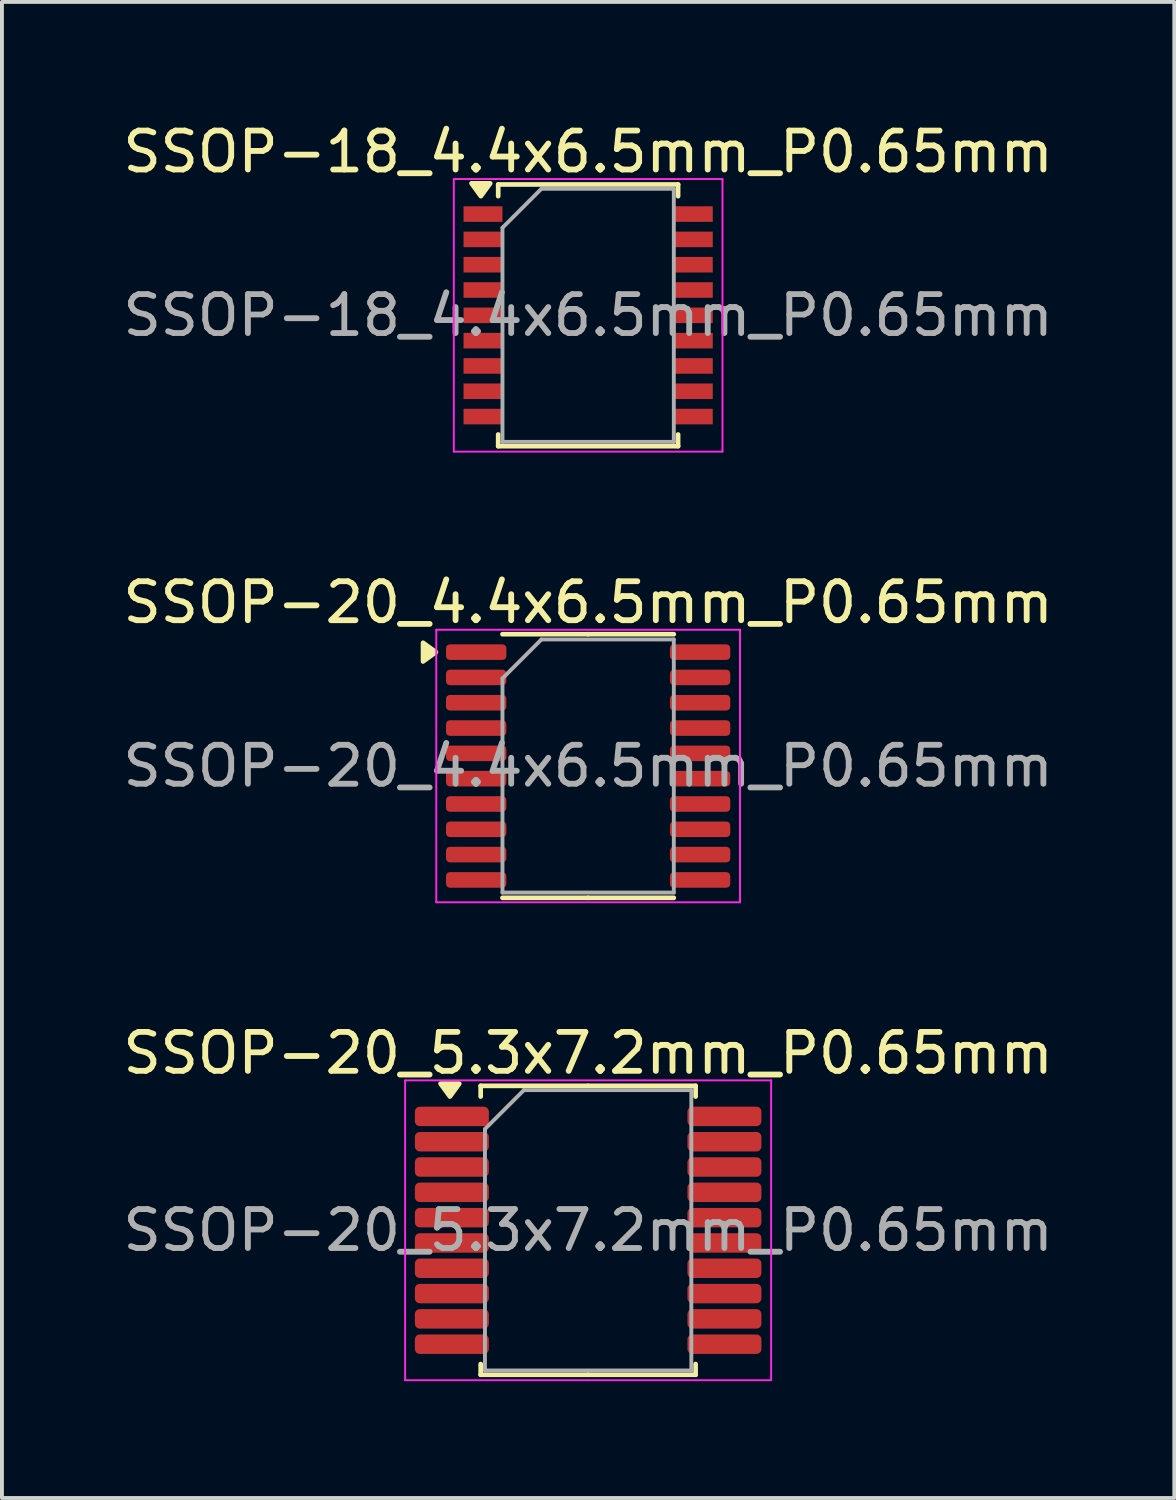
<source format=kicad_pcb>
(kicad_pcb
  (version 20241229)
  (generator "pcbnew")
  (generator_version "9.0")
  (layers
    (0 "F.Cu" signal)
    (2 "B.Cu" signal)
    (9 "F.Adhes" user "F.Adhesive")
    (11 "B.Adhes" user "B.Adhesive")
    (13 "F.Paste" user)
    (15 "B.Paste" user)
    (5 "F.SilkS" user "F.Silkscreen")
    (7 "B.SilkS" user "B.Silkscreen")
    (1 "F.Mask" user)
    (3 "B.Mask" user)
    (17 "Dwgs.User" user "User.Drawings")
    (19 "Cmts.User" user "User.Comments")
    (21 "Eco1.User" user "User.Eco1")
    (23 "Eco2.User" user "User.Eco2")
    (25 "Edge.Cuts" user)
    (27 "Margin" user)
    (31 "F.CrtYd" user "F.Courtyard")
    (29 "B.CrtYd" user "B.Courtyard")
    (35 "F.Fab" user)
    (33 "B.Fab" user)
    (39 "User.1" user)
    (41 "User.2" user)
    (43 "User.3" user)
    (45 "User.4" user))
  (footprint "SSOP-20_4.4x6.5mm_P0.65mm"
    (layer "F.Cu")
    (at 12.054 16.622)
    (property "Reference" "SSOP-20_4.4x6.5mm_P0.65mm" (at 0 -4.2 0) (layer "F.SilkS") (effects (font (size 1 1) (thickness 0.15))))
    (attr smd)
    (fp_line (start 0 -3.385) (end -2.2 -3.385) (stroke (width 0.12) (type solid)) (layer "F.SilkS"))
    (fp_line (start 0 -3.385) (end 2.2 -3.385) (stroke (width 0.12) (type solid)) (layer "F.SilkS"))
    (fp_line (start 0 3.385) (end -2.2 3.385) (stroke (width 0.12) (type solid)) (layer "F.SilkS"))
    (fp_line (start 0 3.385) (end 2.2 3.385) (stroke (width 0.12) (type solid)) (layer "F.SilkS"))
    (fp_poly (pts (xy -3.91 -2.925) (xy -4.24 -3.165) (xy -4.24 -2.685) (xy -3.91 -2.925)) (stroke (width 0.12) (type solid)) (fill yes) (layer "F.SilkS"))
    (fp_line (start -3.9 -3.5) (end -3.9 3.5) (stroke (width 0.05) (type solid)) (layer "F.CrtYd"))
    (fp_line (start -3.9 3.5) (end 3.9 3.5) (stroke (width 0.05) (type solid)) (layer "F.CrtYd"))
    (fp_line (start 3.9 -3.5) (end -3.9 -3.5) (stroke (width 0.05) (type solid)) (layer "F.CrtYd"))
    (fp_line (start 3.9 3.5) (end 3.9 -3.5) (stroke (width 0.05) (type solid)) (layer "F.CrtYd"))
    (fp_line (start -2.2 -2.25) (end -1.2 -3.25) (stroke (width 0.1) (type solid)) (layer "F.Fab"))
    (fp_line (start -2.2 3.25) (end -2.2 -2.25) (stroke (width 0.1) (type solid)) (layer "F.Fab"))
    (fp_line (start -1.2 -3.25) (end 2.2 -3.25) (stroke (width 0.1) (type solid)) (layer "F.Fab"))
    (fp_line (start 2.2 -3.25) (end 2.2 3.25) (stroke (width 0.1) (type solid)) (layer "F.Fab"))
    (fp_line (start 2.2 3.25) (end -2.2 3.25) (stroke (width 0.1) (type solid)) (layer "F.Fab"))
    (fp_text user "${REFERENCE}" (at 0 0 0) (layer "F.Fab") (effects (font (size 1 1) (thickness 0.15))))
    (pad "1" smd roundrect (at -2.875 -2.925) (size 1.55 0.4) (layers "F.Cu" "F.Mask" "F.Paste") (roundrect_rratio 0.25))
    (pad "2" smd roundrect (at -2.875 -2.275) (size 1.55 0.4) (layers "F.Cu" "F.Mask" "F.Paste") (roundrect_rratio 0.25))
    (pad "3" smd roundrect (at -2.875 -1.625) (size 1.55 0.4) (layers "F.Cu" "F.Mask" "F.Paste") (roundrect_rratio 0.25))
    (pad "4" smd roundrect (at -2.875 -0.975) (size 1.55 0.4) (layers "F.Cu" "F.Mask" "F.Paste") (roundrect_rratio 0.25))
    (pad "5" smd roundrect (at -2.875 -0.325) (size 1.55 0.4) (layers "F.Cu" "F.Mask" "F.Paste") (roundrect_rratio 0.25))
    (pad "6" smd roundrect (at -2.875 0.325) (size 1.55 0.4) (layers "F.Cu" "F.Mask" "F.Paste") (roundrect_rratio 0.25))
    (pad "7" smd roundrect (at -2.875 0.975) (size 1.55 0.4) (layers "F.Cu" "F.Mask" "F.Paste") (roundrect_rratio 0.25))
    (pad "8" smd roundrect (at -2.875 1.625) (size 1.55 0.4) (layers "F.Cu" "F.Mask" "F.Paste") (roundrect_rratio 0.25))
    (pad "9" smd roundrect (at -2.875 2.275) (size 1.55 0.4) (layers "F.Cu" "F.Mask" "F.Paste") (roundrect_rratio 0.25))
    (pad "10" smd roundrect (at -2.875 2.925) (size 1.55 0.4) (layers "F.Cu" "F.Mask" "F.Paste") (roundrect_rratio 0.25))
    (pad "11" smd roundrect (at 2.875 2.925) (size 1.55 0.4) (layers "F.Cu" "F.Mask" "F.Paste") (roundrect_rratio 0.25))
    (pad "12" smd roundrect (at 2.875 2.275) (size 1.55 0.4) (layers "F.Cu" "F.Mask" "F.Paste") (roundrect_rratio 0.25))
    (pad "13" smd roundrect (at 2.875 1.625) (size 1.55 0.4) (layers "F.Cu" "F.Mask" "F.Paste") (roundrect_rratio 0.25))
    (pad "14" smd roundrect (at 2.875 0.975) (size 1.55 0.4) (layers "F.Cu" "F.Mask" "F.Paste") (roundrect_rratio 0.25))
    (pad "15" smd roundrect (at 2.875 0.325) (size 1.55 0.4) (layers "F.Cu" "F.Mask" "F.Paste") (roundrect_rratio 0.25))
    (pad "16" smd roundrect (at 2.875 -0.325) (size 1.55 0.4) (layers "F.Cu" "F.Mask" "F.Paste") (roundrect_rratio 0.25))
    (pad "17" smd roundrect (at 2.875 -0.975) (size 1.55 0.4) (layers "F.Cu" "F.Mask" "F.Paste") (roundrect_rratio 0.25))
    (pad "18" smd roundrect (at 2.875 -1.625) (size 1.55 0.4) (layers "F.Cu" "F.Mask" "F.Paste") (roundrect_rratio 0.25))
    (pad "19" smd roundrect (at 2.875 -2.275) (size 1.55 0.4) (layers "F.Cu" "F.Mask" "F.Paste") (roundrect_rratio 0.25))
    (pad "20" smd roundrect (at 2.875 -2.925) (size 1.55 0.4) (layers "F.Cu" "F.Mask" "F.Paste") (roundrect_rratio 0.25)))
  (footprint "SSOP-20_5.3x7.2mm_P0.65mm"
    (layer "F.Cu")
    (at 12.054 28.545)
    (property "Reference" "SSOP-20_5.3x7.2mm_P0.65mm" (at 0 -4.55 0) (layer "F.SilkS") (effects (font (size 1 1) (thickness 0.15))))
    (attr smd)
    (fp_line (start -2.76 -3.71) (end -2.76 -3.435) (stroke (width 0.12) (type solid)) (layer "F.SilkS"))
    (fp_line (start -2.76 3.71) (end -2.76 3.435) (stroke (width 0.12) (type solid)) (layer "F.SilkS"))
    (fp_line (start 0 -3.71) (end -2.76 -3.71) (stroke (width 0.12) (type solid)) (layer "F.SilkS"))
    (fp_line (start 0 -3.71) (end 2.76 -3.71) (stroke (width 0.12) (type solid)) (layer "F.SilkS"))
    (fp_line (start 0 3.71) (end -2.76 3.71) (stroke (width 0.12) (type solid)) (layer "F.SilkS"))
    (fp_line (start 0 3.71) (end 2.76 3.71) (stroke (width 0.12) (type solid)) (layer "F.SilkS"))
    (fp_line (start 2.76 -3.71) (end 2.76 -3.435) (stroke (width 0.12) (type solid)) (layer "F.SilkS"))
    (fp_line (start 2.76 3.71) (end 2.76 3.435) (stroke (width 0.12) (type solid)) (layer "F.SilkS"))
    (fp_poly (pts (xy -3.55 -3.435) (xy -3.79 -3.765) (xy -3.31 -3.765) (xy -3.55 -3.435)) (stroke (width 0.12) (type solid)) (fill yes) (layer "F.SilkS"))
    (fp_line (start -4.7 -3.85) (end -4.7 3.85) (stroke (width 0.05) (type solid)) (layer "F.CrtYd"))
    (fp_line (start -4.7 3.85) (end 4.7 3.85) (stroke (width 0.05) (type solid)) (layer "F.CrtYd"))
    (fp_line (start 4.7 -3.85) (end -4.7 -3.85) (stroke (width 0.05) (type solid)) (layer "F.CrtYd"))
    (fp_line (start 4.7 3.85) (end 4.7 -3.85) (stroke (width 0.05) (type solid)) (layer "F.CrtYd"))
    (fp_line (start -2.65 -2.6) (end -1.65 -3.6) (stroke (width 0.1) (type solid)) (layer "F.Fab"))
    (fp_line (start -2.65 3.6) (end -2.65 -2.6) (stroke (width 0.1) (type solid)) (layer "F.Fab"))
    (fp_line (start -1.65 -3.6) (end 2.65 -3.6) (stroke (width 0.1) (type solid)) (layer "F.Fab"))
    (fp_line (start 2.65 -3.6) (end 2.65 3.6) (stroke (width 0.1) (type solid)) (layer "F.Fab"))
    (fp_line (start 2.65 3.6) (end -2.65 3.6) (stroke (width 0.1) (type solid)) (layer "F.Fab"))
    (fp_text user "${REFERENCE}" (at 0 0 0) (layer "F.Fab") (effects (font (size 1 1) (thickness 0.15))))
    (pad "1" smd roundrect (at -3.5 -2.925) (size 1.9 0.5) (layers "F.Cu" "F.Mask" "F.Paste") (roundrect_rratio 0.25))
    (pad "2" smd roundrect (at -3.5 -2.275) (size 1.9 0.5) (layers "F.Cu" "F.Mask" "F.Paste") (roundrect_rratio 0.25))
    (pad "3" smd roundrect (at -3.5 -1.625) (size 1.9 0.5) (layers "F.Cu" "F.Mask" "F.Paste") (roundrect_rratio 0.25))
    (pad "4" smd roundrect (at -3.5 -0.975) (size 1.9 0.5) (layers "F.Cu" "F.Mask" "F.Paste") (roundrect_rratio 0.25))
    (pad "5" smd roundrect (at -3.5 -0.325) (size 1.9 0.5) (layers "F.Cu" "F.Mask" "F.Paste") (roundrect_rratio 0.25))
    (pad "6" smd roundrect (at -3.5 0.325) (size 1.9 0.5) (layers "F.Cu" "F.Mask" "F.Paste") (roundrect_rratio 0.25))
    (pad "7" smd roundrect (at -3.5 0.975) (size 1.9 0.5) (layers "F.Cu" "F.Mask" "F.Paste") (roundrect_rratio 0.25))
    (pad "8" smd roundrect (at -3.5 1.625) (size 1.9 0.5) (layers "F.Cu" "F.Mask" "F.Paste") (roundrect_rratio 0.25))
    (pad "9" smd roundrect (at -3.5 2.275) (size 1.9 0.5) (layers "F.Cu" "F.Mask" "F.Paste") (roundrect_rratio 0.25))
    (pad "10" smd roundrect (at -3.5 2.925) (size 1.9 0.5) (layers "F.Cu" "F.Mask" "F.Paste") (roundrect_rratio 0.25))
    (pad "11" smd roundrect (at 3.5 2.925) (size 1.9 0.5) (layers "F.Cu" "F.Mask" "F.Paste") (roundrect_rratio 0.25))
    (pad "12" smd roundrect (at 3.5 2.275) (size 1.9 0.5) (layers "F.Cu" "F.Mask" "F.Paste") (roundrect_rratio 0.25))
    (pad "13" smd roundrect (at 3.5 1.625) (size 1.9 0.5) (layers "F.Cu" "F.Mask" "F.Paste") (roundrect_rratio 0.25))
    (pad "14" smd roundrect (at 3.5 0.975) (size 1.9 0.5) (layers "F.Cu" "F.Mask" "F.Paste") (roundrect_rratio 0.25))
    (pad "15" smd roundrect (at 3.5 0.325) (size 1.9 0.5) (layers "F.Cu" "F.Mask" "F.Paste") (roundrect_rratio 0.25))
    (pad "16" smd roundrect (at 3.5 -0.325) (size 1.9 0.5) (layers "F.Cu" "F.Mask" "F.Paste") (roundrect_rratio 0.25))
    (pad "17" smd roundrect (at 3.5 -0.975) (size 1.9 0.5) (layers "F.Cu" "F.Mask" "F.Paste") (roundrect_rratio 0.25))
    (pad "18" smd roundrect (at 3.5 -1.625) (size 1.9 0.5) (layers "F.Cu" "F.Mask" "F.Paste") (roundrect_rratio 0.25))
    (pad "19" smd roundrect (at 3.5 -2.275) (size 1.9 0.5) (layers "F.Cu" "F.Mask" "F.Paste") (roundrect_rratio 0.25))
    (pad "20" smd roundrect (at 3.5 -2.925) (size 1.9 0.5) (layers "F.Cu" "F.Mask" "F.Paste") (roundrect_rratio 0.25)))
  (footprint "SSOP-18_4.4x6.5mm_P0.65mm"
    (layer "F.Cu")
    (at 12.054 5.048)
    (property "Reference" "SSOP-18_4.4x6.5mm_P0.65mm" (at 0 -4.2 0) (layer "F.SilkS") (effects (font (size 1 1) (thickness 0.15))))
    (attr smd)
    (fp_line (start -2.31 -3.36) (end 2.31 -3.36) (stroke (width 0.12) (type solid)) (layer "F.SilkS"))
    (fp_line (start -2.31 -3.06) (end -2.31 -3.36) (stroke (width 0.12) (type solid)) (layer "F.SilkS"))
    (fp_line (start -2.31 3.06) (end -2.31 3.36) (stroke (width 0.12) (type solid)) (layer "F.SilkS"))
    (fp_line (start -2.31 3.36) (end 2.31 3.36) (stroke (width 0.12) (type solid)) (layer "F.SilkS"))
    (fp_line (start 2.31 -3.36) (end 2.31 -3.06) (stroke (width 0.12) (type solid)) (layer "F.SilkS"))
    (fp_line (start 2.31 3.36) (end 2.31 3.06) (stroke (width 0.12) (type solid)) (layer "F.SilkS"))
    (fp_poly (pts (xy -2.755 -3.06) (xy -2.995 -3.39) (xy -2.515 -3.39) (xy -2.755 -3.06)) (stroke (width 0.12) (type solid)) (fill yes) (layer "F.SilkS"))
    (fp_line (start -3.45 -3.5) (end 3.45 -3.5) (stroke (width 0.05) (type solid)) (layer "F.CrtYd"))
    (fp_line (start -3.45 3.5) (end -3.45 -3.5) (stroke (width 0.05) (type solid)) (layer "F.CrtYd"))
    (fp_line (start 3.45 -3.5) (end 3.45 3.5) (stroke (width 0.05) (type solid)) (layer "F.CrtYd"))
    (fp_line (start 3.45 3.5) (end -3.45 3.5) (stroke (width 0.05) (type solid)) (layer "F.CrtYd"))
    (fp_line (start -2.2 -2.25) (end -1.2 -3.25) (stroke (width 0.1) (type solid)) (layer "F.Fab"))
    (fp_line (start -2.2 3.25) (end -2.2 -2.25) (stroke (width 0.1) (type solid)) (layer "F.Fab"))
    (fp_line (start -1.2 -3.25) (end 2.2 -3.25) (stroke (width 0.1) (type solid)) (layer "F.Fab"))
    (fp_line (start 2.2 -3.25) (end 2.2 3.25) (stroke (width 0.1) (type solid)) (layer "F.Fab"))
    (fp_line (start 2.2 3.25) (end -2.2 3.25) (stroke (width 0.1) (type solid)) (layer "F.Fab"))
    (fp_text user "${REFERENCE}" (at 0 0 0) (layer "F.Fab") (effects (font (size 1 1) (thickness 0.15))))
    (pad "1" smd rect (at -2.7 -2.6) (size 1 0.4) (layers "F.Cu" "F.Mask" "F.Paste"))
    (pad "2" smd rect (at -2.7 -1.95) (size 1 0.4) (layers "F.Cu" "F.Mask" "F.Paste"))
    (pad "3" smd rect (at -2.7 -1.3) (size 1 0.4) (layers "F.Cu" "F.Mask" "F.Paste"))
    (pad "4" smd rect (at -2.7 -0.65) (size 1 0.4) (layers "F.Cu" "F.Mask" "F.Paste"))
    (pad "5" smd rect (at -2.7 0) (size 1 0.4) (layers "F.Cu" "F.Mask" "F.Paste"))
    (pad "6" smd rect (at -2.7 0.65) (size 1 0.4) (layers "F.Cu" "F.Mask" "F.Paste"))
    (pad "7" smd rect (at -2.7 1.3) (size 1 0.4) (layers "F.Cu" "F.Mask" "F.Paste"))
    (pad "8" smd rect (at -2.7 1.95) (size 1 0.4) (layers "F.Cu" "F.Mask" "F.Paste"))
    (pad "9" smd rect (at -2.7 2.6) (size 1 0.4) (layers "F.Cu" "F.Mask" "F.Paste"))
    (pad "10" smd rect (at 2.7 2.6) (size 1 0.4) (layers "F.Cu" "F.Mask" "F.Paste"))
    (pad "11" smd rect (at 2.7 1.95) (size 1 0.4) (layers "F.Cu" "F.Mask" "F.Paste"))
    (pad "12" smd rect (at 2.7 1.3) (size 1 0.4) (layers "F.Cu" "F.Mask" "F.Paste"))
    (pad "13" smd rect (at 2.7 0.65) (size 1 0.4) (layers "F.Cu" "F.Mask" "F.Paste"))
    (pad "14" smd rect (at 2.7 0) (size 1 0.4) (layers "F.Cu" "F.Mask" "F.Paste"))
    (pad "15" smd rect (at 2.7 -0.65) (size 1 0.4) (layers "F.Cu" "F.Mask" "F.Paste"))
    (pad "16" smd rect (at 2.7 -1.3) (size 1 0.4) (layers "F.Cu" "F.Mask" "F.Paste"))
    (pad "17" smd rect (at 2.7 -1.95) (size 1 0.4) (layers "F.Cu" "F.Mask" "F.Paste"))
    (pad "18" smd rect (at 2.7 -2.6) (size 1 0.4) (layers "F.Cu" "F.Mask" "F.Paste")))
  (gr_rect
    (start -3 -3)
    (end 27.107 35.42)
    (stroke (width 0.1) (type default))
    (fill no)
    (layer "Edge.Cuts")))
</source>
